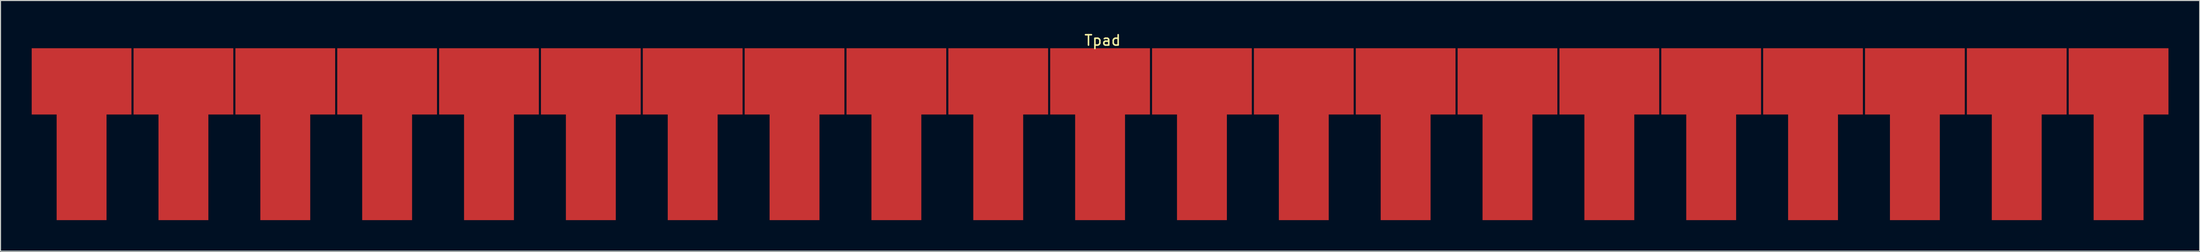
<source format=kicad_pcb>
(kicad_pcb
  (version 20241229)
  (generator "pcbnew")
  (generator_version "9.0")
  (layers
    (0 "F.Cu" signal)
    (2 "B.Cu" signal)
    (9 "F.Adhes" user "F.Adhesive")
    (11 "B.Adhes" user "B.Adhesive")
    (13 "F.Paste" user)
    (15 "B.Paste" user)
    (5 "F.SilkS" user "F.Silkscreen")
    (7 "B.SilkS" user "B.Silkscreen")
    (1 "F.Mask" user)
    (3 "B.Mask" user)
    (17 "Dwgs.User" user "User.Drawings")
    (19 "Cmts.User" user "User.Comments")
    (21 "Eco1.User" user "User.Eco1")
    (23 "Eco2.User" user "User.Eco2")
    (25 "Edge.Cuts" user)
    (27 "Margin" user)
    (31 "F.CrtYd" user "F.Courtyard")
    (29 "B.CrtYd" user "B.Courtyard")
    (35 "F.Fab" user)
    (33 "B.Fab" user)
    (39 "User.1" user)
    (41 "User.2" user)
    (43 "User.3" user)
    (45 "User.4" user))
  (footprint "Tpad"
    (layer "F.Cu")
    (at 102.5 7.388)
    (property "Reference" "Tpad" (at 0.54 -6.54 0) (layer "F.SilkS") (effects (font (size 1 1) (thickness 0.15))))
    (attr through_hole)
    (pad "" smd rect (at -97.7 -2.58) (size 9.6 6.4) (layers "F.Cu"))
    (pad "" smd rect (at -97.7 4.32) (size 4.8 13) (layers "F.Cu"))
    (pad "" smd rect (at -87.9 -2.58) (size 9.6 6.4) (layers "F.Cu"))
    (pad "" smd rect (at -87.9 4.32) (size 4.8 13) (layers "F.Cu"))
    (pad "" smd rect (at -78.1 -2.58) (size 9.6 6.4) (layers "F.Cu"))
    (pad "" smd rect (at -78.1 4.32) (size 4.8 13) (layers "F.Cu"))
    (pad "" smd rect (at -68.3 -2.58) (size 9.6 6.4) (layers "F.Cu"))
    (pad "" smd rect (at -68.3 4.32) (size 4.8 13) (layers "F.Cu"))
    (pad "" smd rect (at -58.5 -2.58) (size 9.6 6.4) (layers "F.Cu"))
    (pad "" smd rect (at -58.5 4.32) (size 4.8 13) (layers "F.Cu"))
    (pad "" smd rect (at -48.7 -2.58) (size 9.6 6.4) (layers "F.Cu"))
    (pad "" smd rect (at -48.7 4.32) (size 4.8 13) (layers "F.Cu"))
    (pad "" smd rect (at -38.9 -2.58) (size 9.6 6.4) (layers "F.Cu"))
    (pad "" smd rect (at -38.9 4.32) (size 4.8 13) (layers "F.Cu"))
    (pad "" smd rect (at -29.1 -2.58) (size 9.6 6.4) (layers "F.Cu"))
    (pad "" smd rect (at -29.1 4.32) (size 4.8 13) (layers "F.Cu"))
    (pad "" smd rect (at -19.3 -2.58) (size 9.6 6.4) (layers "F.Cu"))
    (pad "" smd rect (at -19.3 4.32) (size 4.8 13) (layers "F.Cu"))
    (pad "" smd rect (at -9.5 -2.58) (size 9.6 6.4) (layers "F.Cu"))
    (pad "" smd rect (at -9.5 4.32) (size 4.8 13) (layers "F.Cu"))
    (pad "" smd rect (at 0.3 -2.58) (size 9.6 6.4) (layers "F.Cu"))
    (pad "" smd rect (at 0.3 4.32) (size 4.8 13) (layers "F.Cu"))
    (pad "" smd rect (at 10.1 -2.58) (size 9.6 6.4) (layers "F.Cu"))
    (pad "" smd rect (at 10.1 4.32) (size 4.8 13) (layers "F.Cu"))
    (pad "" smd rect (at 19.9 -2.58) (size 9.6 6.4) (layers "F.Cu"))
    (pad "" smd rect (at 19.9 4.32) (size 4.8 13) (layers "F.Cu"))
    (pad "" smd rect (at 29.7 -2.58) (size 9.6 6.4) (layers "F.Cu"))
    (pad "" smd rect (at 29.7 4.32) (size 4.8 13) (layers "F.Cu"))
    (pad "" smd rect (at 39.5 -2.58) (size 9.6 6.4) (layers "F.Cu"))
    (pad "" smd rect (at 39.5 4.32) (size 4.8 13) (layers "F.Cu"))
    (pad "" smd rect (at 49.3 -2.58) (size 9.6 6.4) (layers "F.Cu"))
    (pad "" smd rect (at 49.3 4.32) (size 4.8 13) (layers "F.Cu"))
    (pad "" smd rect (at 59.1 -2.58) (size 9.6 6.4) (layers "F.Cu"))
    (pad "" smd rect (at 59.1 4.32) (size 4.8 13) (layers "F.Cu"))
    (pad "" smd rect (at 68.9 -2.58) (size 9.6 6.4) (layers "F.Cu"))
    (pad "" smd rect (at 68.9 4.32) (size 4.8 13) (layers "F.Cu"))
    (pad "" smd rect (at 78.7 -2.58) (size 9.6 6.4) (layers "F.Cu"))
    (pad "" smd rect (at 78.7 4.32) (size 4.8 13) (layers "F.Cu"))
    (pad "" smd rect (at 88.5 -2.58) (size 9.6 6.4) (layers "F.Cu"))
    (pad "" smd rect (at 88.5 4.32) (size 4.8 13) (layers "F.Cu"))
    (pad "" smd rect (at 98.3 -2.58) (size 9.6 6.4) (layers "F.Cu"))
    (pad "" smd rect (at 98.3 4.32) (size 4.8 13) (layers "F.Cu")))
  (gr_rect
    (start -3 -3)
    (end 208.6 21.208)
    (stroke (width 0.1) (type default))
    (fill no)
    (layer "Edge.Cuts")))
</source>
